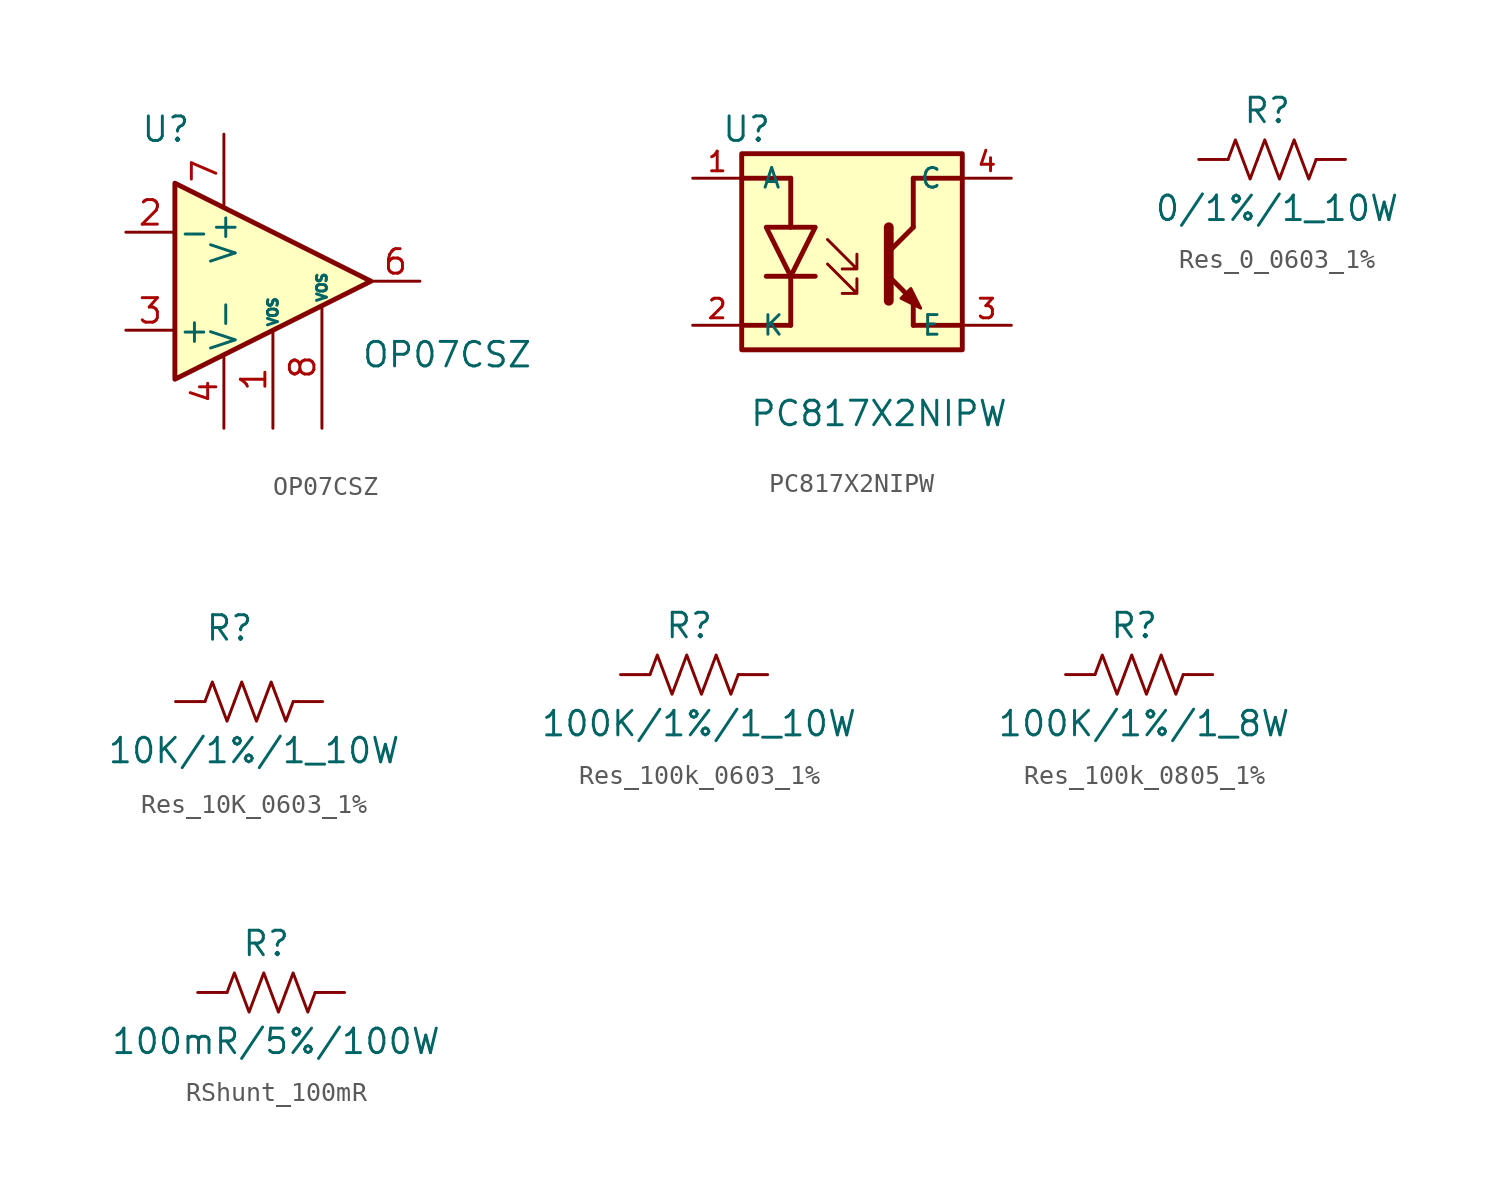
<source format=kicad_sym>
(kicad_symbol_lib
  (version 20231120)
  (generator "kicad_symbol_editor")
  (generator_version "8.0")
  (symbol "OP07CSZ"
    (pin_names
      (offset 0.127))
    (property "Reference" "U"
      (at -1.778 12.954 0)
      (effects (font (size 1.27 1.27)) (justify left)))
    (property "Value" "OP07CSZ"
      (at 9.652 1.27 0)
      (effects (font (size 1.27 1.27)) (justify left)))
    (symbol "OP07CSZ_0_1"
      (polyline (pts (xy 0 10.16) (xy 10.16 5.08) (xy 0 0) (xy 0 10.16)) (stroke (width 0.254) (type default)) (fill (type background))))
    (symbol "OP07CSZ_1_1"
      (pin input line (at 5.08 -2.54 90) (length 5.08) (name "VOS" (effects (font (size 0.508 0.508)))) (number "1" (effects (font (size 1.27 1.27)))))
      (pin input line (at -2.54 7.62 0) (length 2.54) (name "-" (effects (font (size 1.27 1.27)))) (number "2" (effects (font (size 1.27 1.27)))))
      (pin input line (at -2.54 2.54 0) (length 2.54) (name "+" (effects (font (size 1.27 1.27)))) (number "3" (effects (font (size 1.27 1.27)))))
      (pin power_in line (at 2.54 -2.54 90) (length 3.81) (name "V-" (effects (font (size 1.27 1.27)))) (number "4" (effects (font (size 1.27 1.27)))))
      (pin no_connect line (at 5.08 7.62 270) (length 2.54) hide (name "NC" (effects (font (size 1.27 1.27)))) (number "5" (effects (font (size 1.27 1.27)))))
      (pin output line (at 12.7 5.08 180) (length 2.54) (name "~" (effects (font (size 1.27 1.27)))) (number "6" (effects (font (size 1.27 1.27)))))
      (pin power_in line (at 2.54 12.7 270) (length 3.81) (name "V+" (effects (font (size 1.27 1.27)))) (number "7" (effects (font (size 1.27 1.27)))))
      (pin input line (at 7.62 -2.54 90) (length 6.35) (name "VOS" (effects (font (size 0.508 0.508)))) (number "8" (effects (font (size 1.27 1.27)))))))
  (symbol "PC817X2NIPW"
    (pin_names
      (offset 1.016))
    (property "Reference" "U"
      (at 0.254 11.43 0)
      (effects (font (size 1.27 1.27))))
    (property "Value" "PC817X2NIPW"
      (at 7.112 -3.302 0)
      (effects (font (size 1.27 1.27))))
    (symbol "PC817X2NIPW_0_0"
      (polyline (pts (xy 0 8.89) (xy 2.54 8.89)) (stroke (width 0.254) (type default)) (fill (type none)))
      (polyline (pts (xy 2.54 1.27) (xy 0 1.27)) (stroke (width 0.254) (type default)) (fill (type none)))
      (polyline (pts (xy 2.54 3.81) (xy 2.54 1.27)) (stroke (width 0.254) (type default)) (fill (type none)))
      (polyline (pts (xy 2.54 8.89) (xy 2.54 6.35)) (stroke (width 0.254) (type default)) (fill (type none)))
      (polyline (pts (xy 8.89 1.27) (xy 11.43 1.27)) (stroke (width 0.254) (type default)) (fill (type none)))
      (polyline (pts (xy 8.89 2.54) (xy 8.89 1.27)) (stroke (width 0.254) (type default)) (fill (type none)))
      (polyline (pts (xy 8.89 8.89) (xy 8.89 6.35)) (stroke (width 0.254) (type default)) (fill (type none)))
      (polyline (pts (xy 11.43 8.89) (xy 8.89 8.89)) (stroke (width 0.254) (type default)) (fill (type none)))
      (rectangle (start 0 10.16) (end 11.43 0) (stroke (width 0.254) (type default)) (fill (type background)))
      (pin passive line (at -2.54 8.89 0) (length 2.54) (name "A" (effects (font (size 1.016 1.016)))) (number "1" (effects (font (size 1.016 1.016)))))
      (pin passive line (at -2.54 1.27 0) (length 2.54) (name "K" (effects (font (size 1.016 1.016)))) (number "2" (effects (font (size 1.016 1.016))))))
    (symbol "PC817X2NIPW_0_1"
      (polyline (pts (xy 3.81 3.81) (xy 1.27 3.81)) (stroke (width 0.254) (type default)) (fill (type none)))
      (polyline (pts (xy 7.62 6.35) (xy 7.62 2.54) (xy 7.62 2.54)) (stroke (width 0.508) (type default)) (fill (type none)))
      (polyline (pts (xy 3.81 6.35) (xy 1.27 6.35) (xy 2.54 3.81) (xy 3.81 6.35)) (stroke (width 0.254) (type default)) (fill (type none)))
      (polyline (pts (xy 4.445 4.445) (xy 5.969 2.921) (xy 5.969 3.683) (xy 5.969 2.921) (xy 5.207 2.921)) (stroke (width 0) (type default)) (fill (type none)))
      (polyline (pts (xy 4.445 5.715) (xy 5.969 4.191) (xy 5.969 4.953) (xy 5.969 4.191) (xy 5.207 4.191)) (stroke (width 0) (type default)) (fill (type none)))
      (polyline (pts (xy 8.255 2.667) (xy 8.763 3.175) (xy 9.271 2.159) (xy 8.255 2.667) (xy 8.255 2.667)) (stroke (width 0) (type default)) (fill (type outline))))
    (symbol "PC817X2NIPW_1_0"
      (pin passive line (at 13.97 1.27 180) (length 2.54) (name "E" (effects (font (size 1.016 1.016)))) (number "3" (effects (font (size 1.016 1.016)))))
      (pin passive line (at 13.97 8.89 180) (length 2.54) (name "C" (effects (font (size 1.016 1.016)))) (number "4" (effects (font (size 1.016 1.016))))))
    (symbol "PC817X2NIPW_1_1"
      (polyline (pts (xy 7.62 5.08) (xy 8.89 6.35)) (stroke (width 0.254) (type default)) (fill (type none)))
      (polyline (pts (xy 7.62 3.81) (xy 8.89 2.54) (xy 8.89 2.54)) (stroke (width 0.254) (type default)) (fill (type none)))))
  (symbol "Res_0_0603_1%"
    (pin_numbers hide)
    (pin_names hide)
    (property "Reference" "R"
      (at 3.556 2.54 0)
      (effects (font (size 1.27 1.27))))
    (property "Value" "0/1%/1_10W"
      (at 4.064 -2.54 0)
      (effects (font (size 1.27 1.27))))
    (symbol "Res_0_0603_1%_0_1"
      (polyline (pts (xy 1.524 0) (xy 1.27 0)) (stroke (width 0) (type default)) (fill (type none)))
      (polyline (pts (xy 6.096 0) (xy 6.35 0)) (stroke (width 0) (type default)) (fill (type none)))
      (polyline (pts (xy 1.524 0) (xy 1.905 1.016) (xy 2.286 0) (xy 2.667 -1.016) (xy 3.048 0)) (stroke (width 0) (type default)) (fill (type none)))
      (polyline (pts (xy 3.048 0) (xy 3.429 1.016) (xy 3.81 0) (xy 4.191 -1.016) (xy 4.572 0)) (stroke (width 0) (type default)) (fill (type none)))
      (polyline (pts (xy 4.572 0) (xy 4.953 1.016) (xy 5.334 0) (xy 5.715 -1.016) (xy 6.096 0)) (stroke (width 0) (type default)) (fill (type none))))
    (symbol "Res_0_0603_1%_1_1"
      (pin passive line (at 0 0 0) (length 1.27) (name "~" (effects (font (size 1.27 1.27)))) (number "1" (effects (font (size 1.27 1.27)))))
      (pin passive line (at 7.62 0 180) (length 1.27) (name "~" (effects (font (size 1.27 1.27)))) (number "2" (effects (font (size 1.27 1.27)))))))
  (symbol "Res_10K_0603_1%"
    (pin_numbers hide)
    (pin_names hide)
    (property "Reference" "R"
      (at 2.794 3.81 0)
      (effects (font (size 1.27 1.27))))
    (property "Value" "10K/1%/1_10W"
      (at 4.064 -2.54 0)
      (effects (font (size 1.27 1.27))))
    (symbol "Res_10K_0603_1%_0_1"
      (polyline (pts (xy 1.524 0) (xy 1.27 0)) (stroke (width 0) (type default)) (fill (type none)))
      (polyline (pts (xy 6.096 0) (xy 6.35 0)) (stroke (width 0) (type default)) (fill (type none)))
      (polyline (pts (xy 1.524 0) (xy 1.905 1.016) (xy 2.286 0) (xy 2.667 -1.016) (xy 3.048 0)) (stroke (width 0) (type default)) (fill (type none)))
      (polyline (pts (xy 3.048 0) (xy 3.429 1.016) (xy 3.81 0) (xy 4.191 -1.016) (xy 4.572 0)) (stroke (width 0) (type default)) (fill (type none)))
      (polyline (pts (xy 4.572 0) (xy 4.953 1.016) (xy 5.334 0) (xy 5.715 -1.016) (xy 6.096 0)) (stroke (width 0) (type default)) (fill (type none))))
    (symbol "Res_10K_0603_1%_1_1"
      (pin passive line (at 0 0 0) (length 1.27) (name "~" (effects (font (size 1.27 1.27)))) (number "1" (effects (font (size 1.27 1.27)))))
      (pin passive line (at 7.62 0 180) (length 1.27) (name "~" (effects (font (size 1.27 1.27)))) (number "2" (effects (font (size 1.27 1.27)))))))
  (symbol "Res_100k_0603_1%"
    (pin_numbers hide)
    (pin_names hide)
    (property "Reference" "R"
      (at 3.556 2.54 0)
      (effects (font (size 1.27 1.27))))
    (property "Value" "100K/1%/1_10W"
      (at 4.064 -2.54 0)
      (effects (font (size 1.27 1.27))))
    (symbol "Res_100k_0603_1%_0_1"
      (polyline (pts (xy 1.524 0) (xy 1.27 0)) (stroke (width 0) (type default)) (fill (type none)))
      (polyline (pts (xy 6.096 0) (xy 6.35 0)) (stroke (width 0) (type default)) (fill (type none)))
      (polyline (pts (xy 1.524 0) (xy 1.905 1.016) (xy 2.286 0) (xy 2.667 -1.016) (xy 3.048 0)) (stroke (width 0) (type default)) (fill (type none)))
      (polyline (pts (xy 3.048 0) (xy 3.429 1.016) (xy 3.81 0) (xy 4.191 -1.016) (xy 4.572 0)) (stroke (width 0) (type default)) (fill (type none)))
      (polyline (pts (xy 4.572 0) (xy 4.953 1.016) (xy 5.334 0) (xy 5.715 -1.016) (xy 6.096 0)) (stroke (width 0) (type default)) (fill (type none))))
    (symbol "Res_100k_0603_1%_1_1"
      (pin passive line (at 0 0 0) (length 1.27) (name "~" (effects (font (size 1.27 1.27)))) (number "1" (effects (font (size 1.27 1.27)))))
      (pin passive line (at 7.62 0 180) (length 1.27) (name "~" (effects (font (size 1.27 1.27)))) (number "2" (effects (font (size 1.27 1.27)))))))
  (symbol "Res_100k_0805_1%"
    (pin_numbers hide)
    (pin_names hide)
    (property "Reference" "R"
      (at 3.556 2.54 0)
      (effects (font (size 1.27 1.27))))
    (property "Value" "100K/1%/1_8W"
      (at 4.064 -2.54 0)
      (effects (font (size 1.27 1.27))))
    (symbol "Res_100k_0805_1%_0_1"
      (polyline (pts (xy 1.524 0) (xy 1.27 0)) (stroke (width 0) (type default)) (fill (type none)))
      (polyline (pts (xy 6.096 0) (xy 6.35 0)) (stroke (width 0) (type default)) (fill (type none)))
      (polyline (pts (xy 1.524 0) (xy 1.905 1.016) (xy 2.286 0) (xy 2.667 -1.016) (xy 3.048 0)) (stroke (width 0) (type default)) (fill (type none)))
      (polyline (pts (xy 3.048 0) (xy 3.429 1.016) (xy 3.81 0) (xy 4.191 -1.016) (xy 4.572 0)) (stroke (width 0) (type default)) (fill (type none)))
      (polyline (pts (xy 4.572 0) (xy 4.953 1.016) (xy 5.334 0) (xy 5.715 -1.016) (xy 6.096 0)) (stroke (width 0) (type default)) (fill (type none))))
    (symbol "Res_100k_0805_1%_1_1"
      (pin passive line (at 0 0 0) (length 1.27) (name "~" (effects (font (size 1.27 1.27)))) (number "1" (effects (font (size 1.27 1.27)))))
      (pin passive line (at 7.62 0 180) (length 1.27) (name "~" (effects (font (size 1.27 1.27)))) (number "2" (effects (font (size 1.27 1.27)))))))
  (symbol "RShunt_100mR"
    (pin_numbers hide)
    (pin_names hide)
    (property "Reference" "R"
      (at 3.556 2.54 0)
      (effects (font (size 1.27 1.27))))
    (property "Value" "100mR/5%/100W"
      (at 4.064 -2.54 0)
      (effects (font (size 1.27 1.27))))
    (symbol "RShunt_100mR_0_1"
      (polyline (pts (xy 1.524 0) (xy 1.27 0)) (stroke (width 0) (type default)) (fill (type none)))
      (polyline (pts (xy 6.096 0) (xy 6.35 0)) (stroke (width 0) (type default)) (fill (type none)))
      (polyline (pts (xy 1.524 0) (xy 1.905 1.016) (xy 2.286 0) (xy 2.667 -1.016) (xy 3.048 0)) (stroke (width 0) (type default)) (fill (type none)))
      (polyline (pts (xy 3.048 0) (xy 3.429 1.016) (xy 3.81 0) (xy 4.191 -1.016) (xy 4.572 0)) (stroke (width 0) (type default)) (fill (type none)))
      (polyline (pts (xy 4.572 0) (xy 4.953 1.016) (xy 5.334 0) (xy 5.715 -1.016) (xy 6.096 0)) (stroke (width 0) (type default)) (fill (type none))))
    (symbol "RShunt_100mR_1_1"
      (pin passive line (at 0 0 0) (length 1.27) (name "~" (effects (font (size 1.27 1.27)))) (number "1" (effects (font (size 1.27 1.27)))))
      (pin passive line (at 7.62 0 180) (length 1.27) (name "~" (effects (font (size 1.27 1.27)))) (number "2" (effects (font (size 1.27 1.27))))))))
</source>
